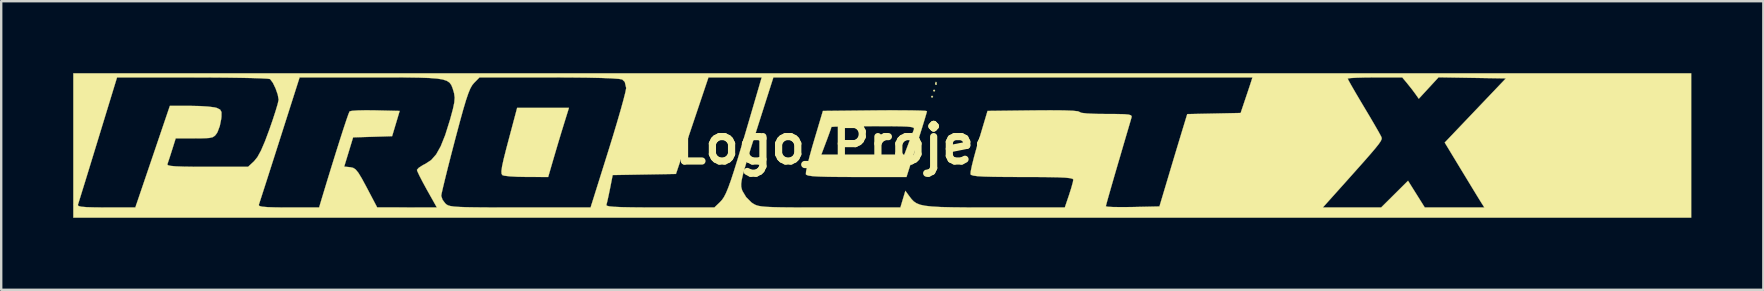
<source format=kicad_pcb>
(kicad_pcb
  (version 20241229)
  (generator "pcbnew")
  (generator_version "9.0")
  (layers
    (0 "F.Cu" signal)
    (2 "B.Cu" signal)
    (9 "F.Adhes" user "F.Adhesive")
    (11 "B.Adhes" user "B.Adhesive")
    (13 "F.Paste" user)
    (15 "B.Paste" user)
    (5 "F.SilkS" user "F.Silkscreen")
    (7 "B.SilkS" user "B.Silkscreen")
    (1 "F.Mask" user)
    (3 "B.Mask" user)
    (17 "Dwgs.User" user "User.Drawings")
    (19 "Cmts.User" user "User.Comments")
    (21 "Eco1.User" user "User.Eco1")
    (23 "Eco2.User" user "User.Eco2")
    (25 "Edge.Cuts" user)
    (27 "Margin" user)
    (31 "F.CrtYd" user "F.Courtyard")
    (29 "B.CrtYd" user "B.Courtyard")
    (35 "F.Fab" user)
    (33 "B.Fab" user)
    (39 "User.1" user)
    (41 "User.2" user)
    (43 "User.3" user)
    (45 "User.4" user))
  (footprint "Logo_Project_X"
    (layer "F.Cu")
    (at 33.702 2.968)
    (property "Reference" "Logo_Project_X" (at 0 0 0) (layer "F.SilkS") (effects (font (size 1.524 1.524) (thickness 0.3))))
    (attr through_hole)
    (fp_poly (pts (xy 2.117 -1.99) (xy 2.074 -1.947) (xy 2.032 -1.99) (xy 2.074 -2.032) (xy 2.117 -1.99)) (stroke (width 0.01) (type solid)) (fill yes) (layer "F.SilkS"))
    (fp_poly (pts (xy 2.201 -2.244) (xy 2.159 -2.201) (xy 2.117 -2.244) (xy 2.159 -2.286) (xy 2.201 -2.244)) (stroke (width 0.01) (type solid)) (fill yes) (layer "F.SilkS"))
    (fp_poly (pts (xy 2.258 -2.596) (xy 2.268 -2.496) (xy 2.258 -2.484) (xy 2.207 -2.495) (xy 2.201 -2.54) (xy 2.232 -2.61) (xy 2.258 -2.596)) (stroke (width 0.01) (type solid)) (fill yes) (layer "F.SilkS"))
    (fp_poly (pts (xy -13.256 -0.868) (xy -13.379 -0.468) (xy -13.522 0.006) (xy -13.658 0.468) (xy -13.689 0.572) (xy -13.917 1.355) (xy -14.811 1.353) (xy -15.193 1.346) (xy -15.517 1.328) (xy -15.743 1.301) (xy -15.821 1.279) (xy -15.858 1.224) (xy -15.864 1.109) (xy -15.837 0.911) (xy -15.771 0.609) (xy -15.663 0.18) (xy -15.573 -0.159) (xy -15.21 -1.524) (xy -13.052 -1.524) (xy -13.256 -0.868)) (stroke (width 0.01) (type solid)) (fill yes) (layer "F.SilkS"))
    (fp_poly (pts (xy 0.806 -1.423) (xy 1.25 -1.419) (xy 1.588 -1.411) (xy 1.8 -1.4) (xy 1.863 -1.387) (xy 1.838 -1.292) (xy 1.771 -1.063) (xy 1.668 -0.729) (xy 1.54 -0.318) (xy 1.436 0.011) (xy 1.009 1.355) (xy -1.065 1.355) (xy -1.735 1.353) (xy -2.253 1.347) (xy -2.638 1.336) (xy -2.905 1.32) (xy -3.074 1.296) (xy -3.161 1.265) (xy -3.182 1.241) (xy -3.174 1.124) (xy -3.123 0.876) (xy -3.036 0.528) (xy -3.007 0.423) (xy -2.539 0.423) (xy 0.919 0.423) (xy 1.087 -0.021) (xy 1.192 -0.296) (xy 1.279 -0.524) (xy 1.314 -0.614) (xy 1.324 -0.664) (xy 1.294 -0.701) (xy 1.204 -0.727) (xy 1.034 -0.745) (xy 0.763 -0.755) (xy 0.371 -0.76) (xy -0.164 -0.762) (xy -0.372 -0.762) (xy -0.895 -0.761) (xy -1.355 -0.756) (xy -1.728 -0.75) (xy -1.988 -0.742) (xy -2.11 -0.732) (xy -2.117 -0.73) (xy -2.144 -0.64) (xy -2.217 -0.436) (xy -2.319 -0.159) (xy -2.328 -0.137) (xy -2.539 0.423) (xy -3.007 0.423) (xy -2.921 0.11) (xy -2.849 -0.135) (xy -2.473 -1.397) (xy -0.305 -1.42) (xy 0.28 -1.424) (xy 0.806 -1.423)) (stroke (width 0.01) (type solid)) (fill yes) (layer "F.SilkS"))
    (fp_poly (pts (xy 33.697 3.048) (xy -33.697 3.048) (xy -33.697 2.519) (xy -33.508 2.519) (xy -33.485 2.562) (xy -33.366 2.593) (xy -33.133 2.612) (xy -32.766 2.622) (xy -32.331 2.624) (xy -31.115 2.624) (xy -31.079 2.519) (xy -25.972 2.519) (xy -25.949 2.561) (xy -25.833 2.591) (xy -25.603 2.611) (xy -25.241 2.622) (xy -24.735 2.625) (xy -23.459 2.625) (xy -23.339 2.223) (xy -23.142 1.573) (xy -22.947 0.939) (xy -22.761 0.34) (xy -22.59 -0.201) (xy -22.441 -0.664) (xy -22.32 -1.028) (xy -22.234 -1.273) (xy -22.189 -1.378) (xy -22.188 -1.379) (xy -22.084 -1.402) (xy -21.846 -1.418) (xy -21.51 -1.425) (xy -21.115 -1.421) (xy -20.103 -1.397) (xy -20.26 -0.871) (xy -20.418 -0.345) (xy -21.23 -0.32) (xy -22.043 -0.296) (xy -22.228 0.313) (xy -22.414 0.922) (xy -22.161 0.948) (xy -22.041 0.974) (xy -21.935 1.043) (xy -21.822 1.181) (xy -21.679 1.417) (xy -21.485 1.776) (xy -21.474 1.797) (xy -21.04 2.621) (xy -19.797 2.623) (xy -18.554 2.625) (xy -18.825 2.141) (xy -18.373 2.141) (xy -18.316 2.306) (xy -18.203 2.455) (xy -18.152 2.5) (xy -18.086 2.537) (xy -17.987 2.565) (xy -17.839 2.587) (xy -17.622 2.602) (xy -17.321 2.613) (xy -16.918 2.619) (xy -16.394 2.623) (xy -15.732 2.624) (xy -15.092 2.624) (xy -12.15 2.624) (xy -12.117 2.519) (xy -11.494 2.519) (xy -11.471 2.552) (xy -11.367 2.578) (xy -11.166 2.597) (xy -10.853 2.611) (xy -10.413 2.619) (xy -9.83 2.624) (xy -9.264 2.625) (xy -6.994 2.625) (xy -6.759 2.4) (xy -6.675 2.308) (xy -6.594 2.189) (xy -6.51 2.026) (xy -6.417 1.803) (xy -6.359 1.644) (xy -5.878 1.644) (xy -5.875 1.761) (xy -5.852 1.859) (xy -5.827 1.932) (xy -5.671 2.193) (xy -5.449 2.416) (xy -5.424 2.433) (xy -5.345 2.484) (xy -5.263 2.525) (xy -5.159 2.557) (xy -5.015 2.581) (xy -4.814 2.599) (xy -4.536 2.611) (xy -4.164 2.619) (xy -3.68 2.623) (xy -3.066 2.624) (xy -2.302 2.625) (xy -2.192 2.625) (xy 0.755 2.625) (xy 0.859 2.277) (xy 0.963 1.93) (xy 1.125 2.153) (xy 1.217 2.273) (xy 1.312 2.372) (xy 1.427 2.449) (xy 1.579 2.51) (xy 1.786 2.554) (xy 2.067 2.585) (xy 2.437 2.606) (xy 2.916 2.617) (xy 3.521 2.623) (xy 4.268 2.625) (xy 4.687 2.625) (xy 7.604 2.625) (xy 18.352 2.625) (xy 20.781 2.625) (xy 21.342 2.068) (xy 21.902 1.512) (xy 22.6 2.625) (xy 25.081 2.625) (xy 24.96 2.434) (xy 24.875 2.298) (xy 24.721 2.047) (xy 24.516 1.71) (xy 24.278 1.318) (xy 24.134 1.082) (xy 23.43 -0.08) (xy 25.977 -2.752) (xy 24.575 -2.775) (xy 23.174 -2.798) (xy 22.762 -2.352) (xy 22.35 -1.905) (xy 22.203 -2.113) (xy 22.041 -2.329) (xy 21.858 -2.557) (xy 21.858 -2.558) (xy 21.66 -2.794) (xy 20.524 -2.794) (xy 20.108 -2.79) (xy 19.76 -2.781) (xy 19.512 -2.766) (xy 19.394 -2.748) (xy 19.389 -2.743) (xy 19.43 -2.657) (xy 19.545 -2.451) (xy 19.717 -2.154) (xy 19.932 -1.79) (xy 20.064 -1.569) (xy 20.302 -1.171) (xy 20.51 -0.816) (xy 20.673 -0.533) (xy 20.772 -0.351) (xy 20.794 -0.306) (xy 20.805 -0.261) (xy 20.796 -0.206) (xy 20.757 -0.127) (xy 20.677 -0.011) (xy 20.544 0.156) (xy 20.348 0.387) (xy 20.077 0.697) (xy 19.721 1.097) (xy 19.269 1.603) (xy 18.979 1.926) (xy 18.352 2.625) (xy 7.604 2.625) (xy 7.782 2.1) (xy 7.873 1.813) (xy 7.937 1.581) (xy 7.959 1.465) (xy 7.927 1.43) (xy 7.82 1.403) (xy 7.622 1.382) (xy 7.315 1.368) (xy 6.884 1.36) (xy 6.311 1.355) (xy 5.839 1.355) (xy 5.161 1.353) (xy 4.635 1.347) (xy 4.243 1.337) (xy 3.969 1.321) (xy 3.794 1.298) (xy 3.701 1.267) (xy 3.676 1.241) (xy 3.684 1.124) (xy 3.735 0.876) (xy 3.822 0.528) (xy 3.937 0.11) (xy 4.009 -0.135) (xy 4.385 -1.397) (xy 6.299 -1.42) (xy 7.003 -1.424) (xy 7.549 -1.42) (xy 7.934 -1.405) (xy 8.155 -1.382) (xy 8.213 -1.356) (xy 8.295 -1.318) (xy 8.532 -1.291) (xy 8.911 -1.274) (xy 9.319 -1.27) (xy 9.77 -1.268) (xy 10.077 -1.261) (xy 10.266 -1.244) (xy 10.361 -1.214) (xy 10.39 -1.168) (xy 10.382 -1.122) (xy 10.347 -0.999) (xy 10.271 -0.74) (xy 10.162 -0.371) (xy 10.029 0.082) (xy 9.88 0.593) (xy 9.826 0.774) (xy 9.675 1.291) (xy 9.542 1.752) (xy 9.433 2.133) (xy 9.355 2.41) (xy 9.317 2.558) (xy 9.313 2.575) (xy 9.393 2.594) (xy 9.61 2.606) (xy 9.935 2.611) (xy 10.335 2.608) (xy 10.43 2.606) (xy 11.546 2.582) (xy 11.913 1.355) (xy 12.063 0.852) (xy 12.217 0.339) (xy 12.359 -0.131) (xy 12.472 -0.504) (xy 12.492 -0.569) (xy 12.704 -1.265) (xy 14.928 -1.312) (xy 15.118 -1.877) (xy 15.223 -2.188) (xy 15.312 -2.455) (xy 15.365 -2.618) (xy 15.421 -2.794) (xy 5.442 -2.793) (xy -4.536 -2.793) (xy -5.24 -0.585) (xy -5.449 0.07) (xy -5.61 0.585) (xy -5.729 0.98) (xy -5.81 1.274) (xy -5.858 1.489) (xy -5.878 1.644) (xy -6.359 1.644) (xy -6.308 1.502) (xy -6.179 1.108) (xy -6.022 0.603) (xy -5.833 -0.028) (xy -5.605 -0.803) (xy -5.561 -0.953) (xy -5.022 -2.794) (xy -7.24 -2.794) (xy -7.917 -0.783) (xy -8.594 1.228) (xy -9.912 1.251) (xy -11.23 1.274) (xy -11.342 1.844) (xy -11.405 2.147) (xy -11.459 2.391) (xy -11.494 2.519) (xy -12.117 2.519) (xy -11.409 0.264) (xy -11.219 -0.35) (xy -11.047 -0.923) (xy -10.899 -1.431) (xy -10.783 -1.852) (xy -10.704 -2.162) (xy -10.669 -2.339) (xy -10.668 -2.357) (xy -10.726 -2.605) (xy -10.832 -2.706) (xy -10.967 -2.732) (xy -11.263 -2.754) (xy -11.711 -2.771) (xy -12.303 -2.784) (xy -13.03 -2.791) (xy -13.885 -2.794) (xy -16.777 -2.794) (xy -17.007 -2.561) (xy -17.084 -2.466) (xy -17.161 -2.329) (xy -17.243 -2.13) (xy -17.338 -1.851) (xy -17.452 -1.47) (xy -17.591 -0.969) (xy -17.762 -0.328) (xy -17.805 -0.166) (xy -17.957 0.419) (xy -18.094 0.955) (xy -18.209 1.419) (xy -18.298 1.787) (xy -18.355 2.036) (xy -18.373 2.141) (xy -18.825 2.141) (xy -18.97 1.884) (xy -19.145 1.563) (xy -19.284 1.293) (xy -19.368 1.112) (xy -19.384 1.058) (xy -19.313 0.975) (xy -19.136 0.86) (xy -19.026 0.804) (xy -18.791 0.65) (xy -18.583 0.414) (xy -18.393 0.074) (xy -18.207 -0.389) (xy -18.016 -0.997) (xy -17.991 -1.083) (xy -17.885 -1.475) (xy -17.827 -1.75) (xy -17.812 -1.951) (xy -17.834 -2.124) (xy -17.858 -2.213) (xy -17.904 -2.36) (xy -17.954 -2.48) (xy -18.026 -2.576) (xy -18.136 -2.65) (xy -18.3 -2.705) (xy -18.536 -2.744) (xy -18.859 -2.769) (xy -19.287 -2.784) (xy -19.835 -2.792) (xy -20.521 -2.794) (xy -21.298 -2.794) (xy -24.271 -2.794) (xy -25.102 -0.191) (xy -25.305 0.445) (xy -25.493 1.031) (xy -25.658 1.547) (xy -25.796 1.974) (xy -25.898 2.291) (xy -25.959 2.478) (xy -25.972 2.519) (xy -31.079 2.519) (xy -30.395 0.508) (xy -29.676 -1.608) (xy -28.813 -1.608) (xy -28.422 -1.6) (xy -28.073 -1.578) (xy -27.814 -1.545) (xy -27.723 -1.522) (xy -27.583 -1.453) (xy -27.526 -1.351) (xy -27.527 -1.16) (xy -27.538 -1.058) (xy -27.596 -0.77) (xy -27.69 -0.519) (xy -27.72 -0.467) (xy -27.796 -0.367) (xy -27.889 -0.304) (xy -28.037 -0.27) (xy -28.28 -0.257) (xy -28.646 -0.254) (xy -29.433 -0.254) (xy -29.586 0.233) (xy -29.675 0.512) (xy -29.748 0.732) (xy -29.78 0.826) (xy -29.759 0.863) (xy -29.65 0.891) (xy -29.437 0.911) (xy -29.103 0.923) (xy -28.631 0.93) (xy -28.12 0.931) (xy -26.419 0.931) (xy -26.169 0.699) (xy -26.029 0.526) (xy -25.879 0.252) (xy -25.709 -0.144) (xy -25.533 -0.617) (xy -25.39 -1.029) (xy -25.271 -1.396) (xy -25.186 -1.681) (xy -25.147 -1.851) (xy -25.146 -1.869) (xy -25.182 -2.077) (xy -25.272 -2.334) (xy -25.386 -2.57) (xy -25.497 -2.717) (xy -25.509 -2.726) (xy -25.615 -2.741) (xy -25.87 -2.755) (xy -26.256 -2.767) (xy -26.752 -2.777) (xy -27.341 -2.785) (xy -28.001 -2.79) (xy -28.714 -2.792) (xy -28.744 -2.792) (xy -31.877 -2.792) (xy -32.674 -0.189) (xy -32.869 0.447) (xy -33.049 1.034) (xy -33.208 1.551) (xy -33.34 1.977) (xy -33.438 2.294) (xy -33.496 2.479) (xy -33.508 2.519) (xy -33.697 2.519) (xy -33.697 -2.963) (xy 33.697 -2.963) (xy 33.697 3.048)) (stroke (width 0.01) (type solid)) (fill yes) (layer "F.SilkS")))
  (gr_rect
    (start -3 -3)
    (end 70.405 9.021)
    (stroke (width 0.1) (type default))
    (fill no)
    (layer "Edge.Cuts")))
</source>
